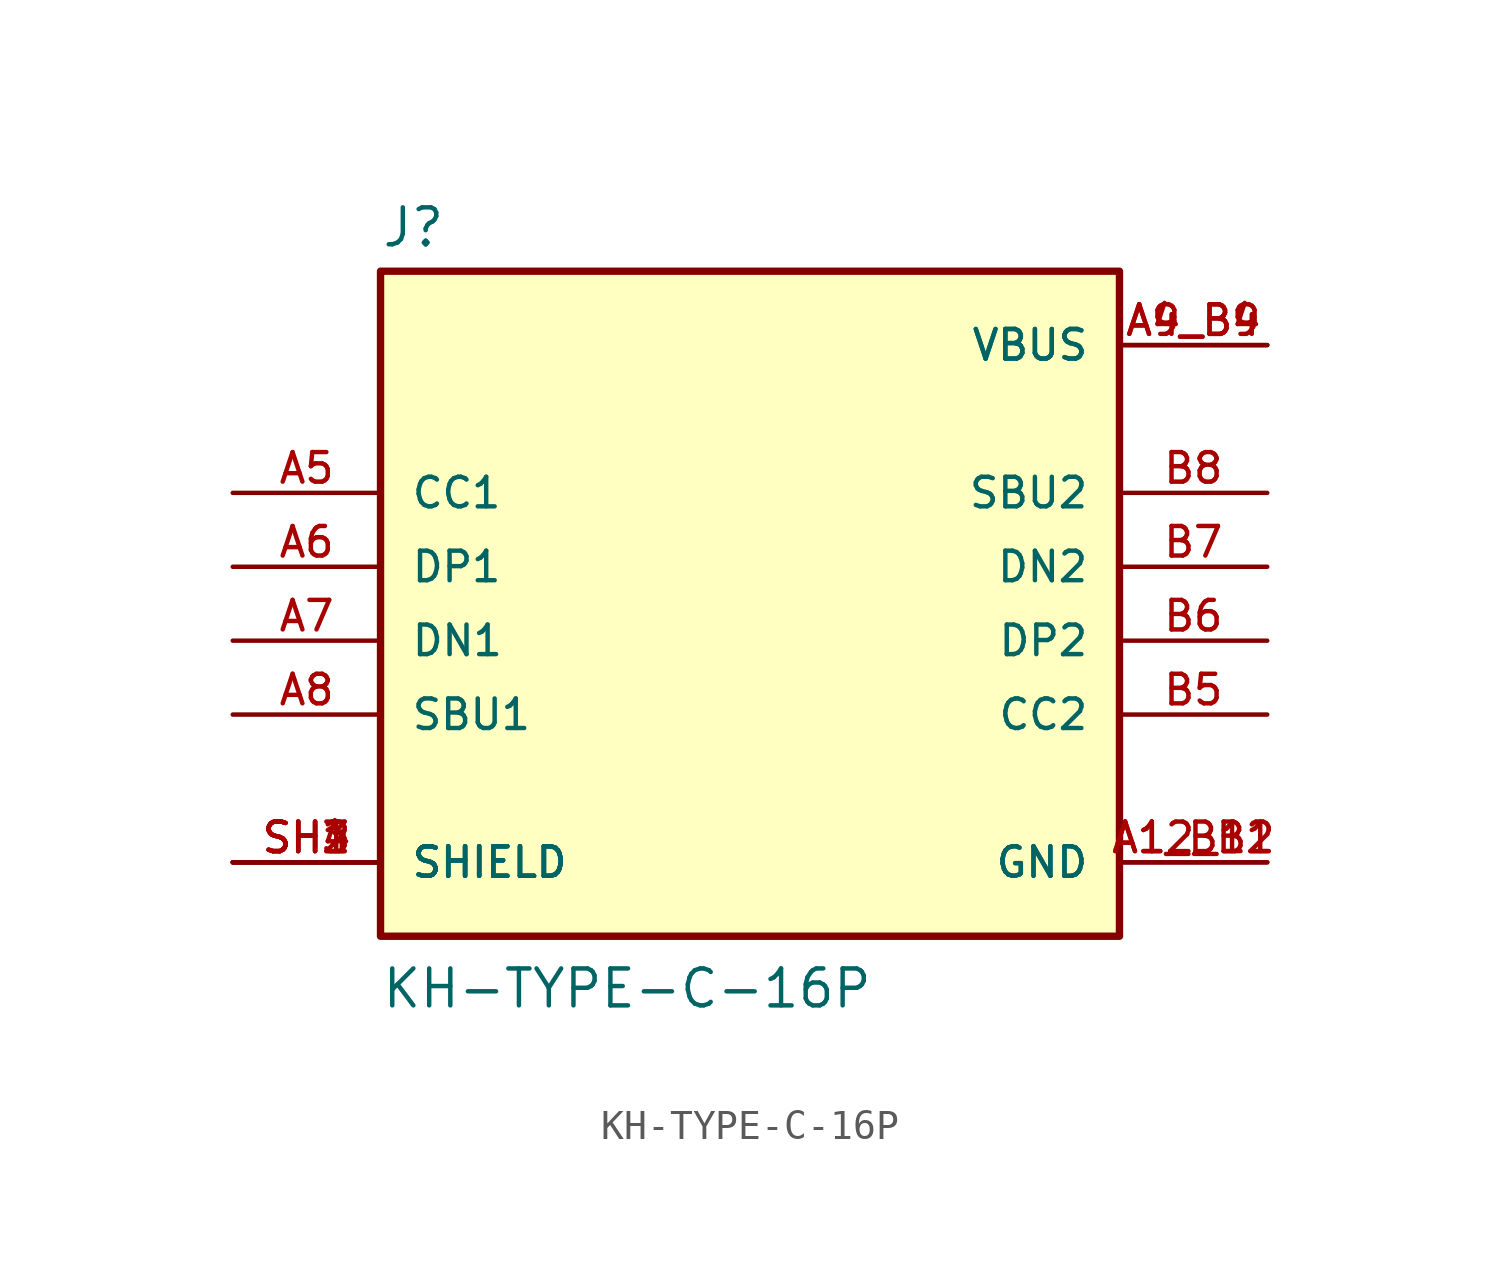
<source format=kicad_sym>
(kicad_symbol_lib
  (version 20211014)
  (generator kicad_symbol_editor)
  (symbol "KH-TYPE-C-16P"
    (pin_names
      (offset 1.016))
    (property "Reference" "J"
      (at -12.7 10.922 0)
      (effects (font (size 1.27 1.27)) (justify bottom left)))
    (property "Value" "KH-TYPE-C-16P"
      (at -12.7 -15.24 0)
      (effects (font (size 1.27 1.27)) (justify bottom left)))
    (symbol "KH-TYPE-C-16P_0_0"
      (rectangle (start -12.7 -12.7) (end 12.7 10.16) (stroke (width 0.254)) (fill (type background)))
      (pin bidirectional line (at -17.78 0.0 0) (length 5.08) (name "DP1" (effects (font (size 1.016 1.016)))) (number "A6" (effects (font (size 1.016 1.016)))))
      (pin bidirectional line (at -17.78 2.54 0) (length 5.08) (name "CC1" (effects (font (size 1.016 1.016)))) (number "A5" (effects (font (size 1.016 1.016)))))
      (pin bidirectional line (at -17.78 -5.08 0) (length 5.08) (name "SBU1" (effects (font (size 1.016 1.016)))) (number "A8" (effects (font (size 1.016 1.016)))))
      (pin bidirectional line (at -17.78 -2.54 0) (length 5.08) (name "DN1" (effects (font (size 1.016 1.016)))) (number "A7" (effects (font (size 1.016 1.016)))))
      (pin passive line (at -17.78 -10.16 0) (length 5.08) (name "SHIELD" (effects (font (size 1.016 1.016)))) (number "SH1" (effects (font (size 1.016 1.016)))))
      (pin passive line (at -17.78 -10.16 0) (length 5.08) (name "SHIELD" (effects (font (size 1.016 1.016)))) (number "SH2" (effects (font (size 1.016 1.016)))))
      (pin passive line (at -17.78 -10.16 0) (length 5.08) (name "SHIELD" (effects (font (size 1.016 1.016)))) (number "SH3" (effects (font (size 1.016 1.016)))))
      (pin passive line (at -17.78 -10.16 0) (length 5.08) (name "SHIELD" (effects (font (size 1.016 1.016)))) (number "SH4" (effects (font (size 1.016 1.016)))))
      (pin power_in line (at 17.78 -10.16 180.0) (length 5.08) (name "GND" (effects (font (size 1.016 1.016)))) (number "A1_B12" (effects (font (size 1.016 1.016)))))
      (pin power_in line (at 17.78 -10.16 180.0) (length 5.08) (name "GND" (effects (font (size 1.016 1.016)))) (number "A12_B1" (effects (font (size 1.016 1.016)))))
      (pin power_in line (at 17.78 7.62 180.0) (length 5.08) (name "VBUS" (effects (font (size 1.016 1.016)))) (number "A4_B9" (effects (font (size 1.016 1.016)))))
      (pin power_in line (at 17.78 7.62 180.0) (length 5.08) (name "VBUS" (effects (font (size 1.016 1.016)))) (number "A9_B4" (effects (font (size 1.016 1.016)))))
      (pin bidirectional line (at 17.78 -2.54 180.0) (length 5.08) (name "DP2" (effects (font (size 1.016 1.016)))) (number "B6" (effects (font (size 1.016 1.016)))))
      (pin bidirectional line (at 17.78 -5.08 180.0) (length 5.08) (name "CC2" (effects (font (size 1.016 1.016)))) (number "B5" (effects (font (size 1.016 1.016)))))
      (pin bidirectional line (at 17.78 2.54 180.0) (length 5.08) (name "SBU2" (effects (font (size 1.016 1.016)))) (number "B8" (effects (font (size 1.016 1.016)))))
      (pin bidirectional line (at 17.78 0.0 180.0) (length 5.08) (name "DN2" (effects (font (size 1.016 1.016)))) (number "B7" (effects (font (size 1.016 1.016))))))))
</source>
